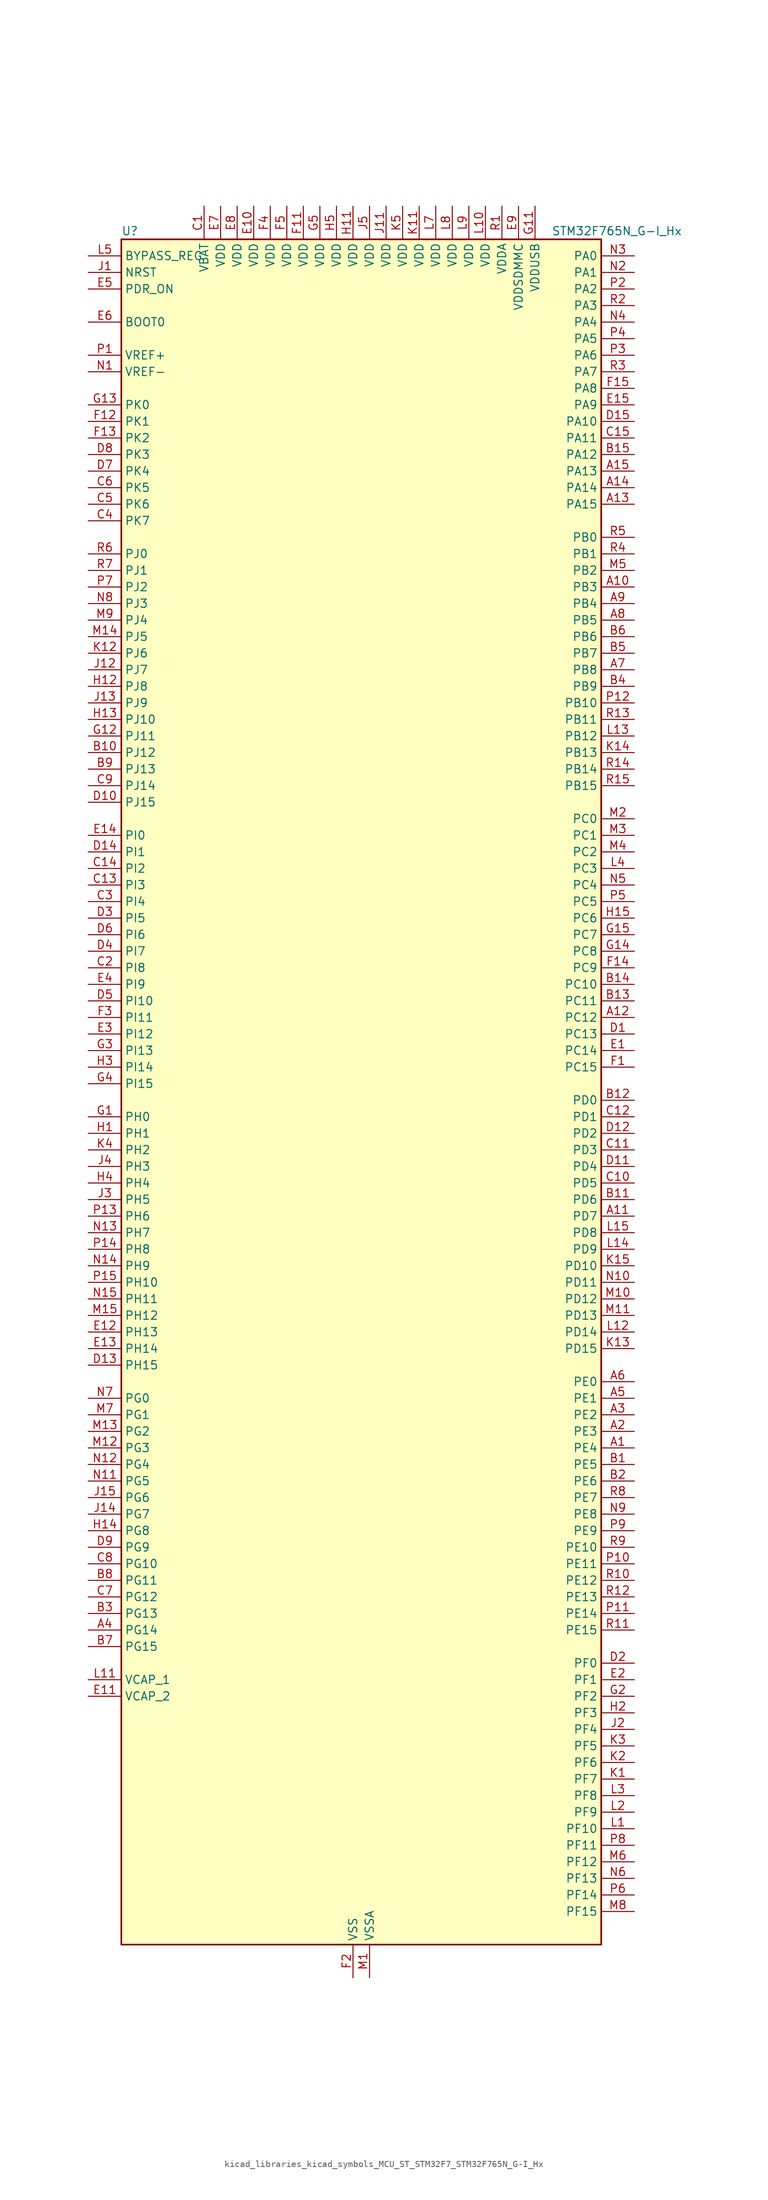
<source format=kicad_sym>
(kicad_symbol_lib
  (version 20220914)
  (generator kicad_symbol_editor)
  (symbol "kicad_libraries_kicad_symbols_MCU_ST_STM32F7_STM32F765N_G-I_Hx"
    (property "Reference" "U"
      (at -35.56 133.35 0)
      (effects (font (size 1.27 1.27)) (justify left)))
    (property "Value" "STM32F765N_G-I_Hx"
      (at 30.48 133.35 0)
      (effects (font (size 1.27 1.27)) (justify left)))
    (property "ki_locked" ""
      (at 0 0 0)
      (effects (font (size 1.27 1.27))))
    (symbol "kicad_libraries_kicad_symbols_MCU_ST_STM32F7_STM32F765N_G-I_Hx_0_1"
      (rectangle (start -35.56 -129.54) (end 38.1 132.08) (stroke (width 0.254) (type default)) (fill (type background))))
    (symbol "kicad_libraries_kicad_symbols_MCU_ST_STM32F7_STM32F765N_G-I_Hx_1_1"
      (pin bidirectional line (at 43.18 -53.34 180) (length 5.08) (name "PE4" (effects (font (size 1.27 1.27)))) (number "A1" (effects (font (size 1.27 1.27)))) (alternate "DCMI_D4" bidirectional line) (alternate "DFSDM1_DATIN3" bidirectional line) (alternate "FMC_A20" bidirectional line) (alternate "SAI1_FS_A" bidirectional line) (alternate "SPI4_NSS" bidirectional line) (alternate "SYS_TRACED1" bidirectional line))
      (pin bidirectional line (at 43.18 78.74 180) (length 5.08) (name "PB3" (effects (font (size 1.27 1.27)))) (number "A10" (effects (font (size 1.27 1.27)))) (alternate "CAN3_RX" bidirectional line) (alternate "I2S1_CK" bidirectional line) (alternate "I2S3_CK" bidirectional line) (alternate "SDMMC2_D2" bidirectional line) (alternate "SPI1_SCK" bidirectional line) (alternate "SPI3_SCK" bidirectional line) (alternate "SPI6_SCK" bidirectional line) (alternate "SYS_JTDO-SWO" bidirectional line) (alternate "TIM2_CH2" bidirectional line) (alternate "UART7_RX" bidirectional line))
      (pin bidirectional line (at 43.18 -17.78 180) (length 5.08) (name "PD7" (effects (font (size 1.27 1.27)))) (number "A11" (effects (font (size 1.27 1.27)))) (alternate "DFSDM1_CKIN1" bidirectional line) (alternate "DFSDM1_DATIN4" bidirectional line) (alternate "FMC_NE1" bidirectional line) (alternate "I2S1_SD" bidirectional line) (alternate "SDMMC2_CMD" bidirectional line) (alternate "SPDIFRX_IN0" bidirectional line) (alternate "SPI1_MOSI" bidirectional line) (alternate "USART2_CK" bidirectional line))
      (pin bidirectional line (at 43.18 12.7 180) (length 5.08) (name "PC12" (effects (font (size 1.27 1.27)))) (number "A12" (effects (font (size 1.27 1.27)))) (alternate "DCMI_D9" bidirectional line) (alternate "I2S3_SD" bidirectional line) (alternate "SDMMC1_CK" bidirectional line) (alternate "SPI3_MOSI" bidirectional line) (alternate "SYS_TRACED3" bidirectional line) (alternate "UART5_TX" bidirectional line) (alternate "USART3_CK" bidirectional line))
      (pin bidirectional line (at 43.18 91.44 180) (length 5.08) (name "PA15" (effects (font (size 1.27 1.27)))) (number "A13" (effects (font (size 1.27 1.27)))) (alternate "CAN3_TX" bidirectional line) (alternate "CEC" bidirectional line) (alternate "I2S1_WS" bidirectional line) (alternate "I2S3_WS" bidirectional line) (alternate "SPI1_NSS" bidirectional line) (alternate "SPI3_NSS" bidirectional line) (alternate "SPI6_NSS" bidirectional line) (alternate "SYS_JTDI" bidirectional line) (alternate "TIM2_CH1" bidirectional line) (alternate "TIM2_ETR" bidirectional line) (alternate "UART4_DE" bidirectional line) (alternate "UART4_RTS" bidirectional line) (alternate "UART7_TX" bidirectional line))
      (pin bidirectional line (at 43.18 93.98 180) (length 5.08) (name "PA14" (effects (font (size 1.27 1.27)))) (number "A14" (effects (font (size 1.27 1.27)))) (alternate "SYS_JTCK-SWCLK" bidirectional line))
      (pin bidirectional line (at 43.18 96.52 180) (length 5.08) (name "PA13" (effects (font (size 1.27 1.27)))) (number "A15" (effects (font (size 1.27 1.27)))) (alternate "SYS_JTMS-SWDIO" bidirectional line))
      (pin bidirectional line (at 43.18 -50.8 180) (length 5.08) (name "PE3" (effects (font (size 1.27 1.27)))) (number "A2" (effects (font (size 1.27 1.27)))) (alternate "FMC_A19" bidirectional line) (alternate "SAI1_SD_B" bidirectional line) (alternate "SYS_TRACED0" bidirectional line))
      (pin bidirectional line (at 43.18 -48.26 180) (length 5.08) (name "PE2" (effects (font (size 1.27 1.27)))) (number "A3" (effects (font (size 1.27 1.27)))) (alternate "ETH_TXD3" bidirectional line) (alternate "FMC_A23" bidirectional line) (alternate "QUADSPI_BK1_IO2" bidirectional line) (alternate "SAI1_MCLK_A" bidirectional line) (alternate "SPI4_SCK" bidirectional line) (alternate "SYS_TRACECLK" bidirectional line))
      (pin bidirectional line (at -40.64 -81.28 0) (length 5.08) (name "PG14" (effects (font (size 1.27 1.27)))) (number "A4" (effects (font (size 1.27 1.27)))) (alternate "ETH_TXD1" bidirectional line) (alternate "FMC_A25" bidirectional line) (alternate "LPTIM1_ETR" bidirectional line) (alternate "QUADSPI_BK2_IO3" bidirectional line) (alternate "SPI6_MOSI" bidirectional line) (alternate "SYS_TRACED1" bidirectional line) (alternate "USART6_TX" bidirectional line))
      (pin bidirectional line (at 43.18 -45.72 180) (length 5.08) (name "PE1" (effects (font (size 1.27 1.27)))) (number "A5" (effects (font (size 1.27 1.27)))) (alternate "DCMI_D3" bidirectional line) (alternate "FMC_NBL1" bidirectional line) (alternate "LPTIM1_IN2" bidirectional line) (alternate "UART8_TX" bidirectional line))
      (pin bidirectional line (at 43.18 -43.18 180) (length 5.08) (name "PE0" (effects (font (size 1.27 1.27)))) (number "A6" (effects (font (size 1.27 1.27)))) (alternate "DCMI_D2" bidirectional line) (alternate "FMC_NBL0" bidirectional line) (alternate "LPTIM1_ETR" bidirectional line) (alternate "SAI2_MCLK_A" bidirectional line) (alternate "TIM4_ETR" bidirectional line) (alternate "UART8_RX" bidirectional line))
      (pin bidirectional line (at 43.18 66.04 180) (length 5.08) (name "PB8" (effects (font (size 1.27 1.27)))) (number "A7" (effects (font (size 1.27 1.27)))) (alternate "CAN1_RX" bidirectional line) (alternate "DCMI_D6" bidirectional line) (alternate "DFSDM1_CKIN7" bidirectional line) (alternate "ETH_TXD3" bidirectional line) (alternate "I2C1_SCL" bidirectional line) (alternate "I2C4_SCL" bidirectional line) (alternate "SDMMC1_D4" bidirectional line) (alternate "SDMMC2_D4" bidirectional line) (alternate "TIM10_CH1" bidirectional line) (alternate "TIM4_CH3" bidirectional line) (alternate "UART5_RX" bidirectional line))
      (pin bidirectional line (at 43.18 73.66 180) (length 5.08) (name "PB5" (effects (font (size 1.27 1.27)))) (number "A8" (effects (font (size 1.27 1.27)))) (alternate "CAN2_RX" bidirectional line) (alternate "DCMI_D10" bidirectional line) (alternate "ETH_PPS_OUT" bidirectional line) (alternate "FMC_SDCKE1" bidirectional line) (alternate "I2C1_SMBA" bidirectional line) (alternate "I2S1_SD" bidirectional line) (alternate "I2S3_SD" bidirectional line) (alternate "SPI1_MOSI" bidirectional line) (alternate "SPI3_MOSI" bidirectional line) (alternate "SPI6_MOSI" bidirectional line) (alternate "TIM3_CH2" bidirectional line) (alternate "UART5_RX" bidirectional line) (alternate "USB_OTG_HS_ULPI_D7" bidirectional line))
      (pin bidirectional line (at 43.18 76.2 180) (length 5.08) (name "PB4" (effects (font (size 1.27 1.27)))) (number "A9" (effects (font (size 1.27 1.27)))) (alternate "CAN3_TX" bidirectional line) (alternate "I2S2_WS" bidirectional line) (alternate "SDMMC2_D3" bidirectional line) (alternate "SPI1_MISO" bidirectional line) (alternate "SPI2_NSS" bidirectional line) (alternate "SPI3_MISO" bidirectional line) (alternate "SPI6_MISO" bidirectional line) (alternate "SYS_JTRST" bidirectional line) (alternate "TIM3_CH1" bidirectional line) (alternate "UART7_TX" bidirectional line))
      (pin bidirectional line (at 43.18 -55.88 180) (length 5.08) (name "PE5" (effects (font (size 1.27 1.27)))) (number "B1" (effects (font (size 1.27 1.27)))) (alternate "DCMI_D6" bidirectional line) (alternate "DFSDM1_CKIN3" bidirectional line) (alternate "FMC_A21" bidirectional line) (alternate "SAI1_SCK_A" bidirectional line) (alternate "SPI4_MISO" bidirectional line) (alternate "SYS_TRACED2" bidirectional line) (alternate "TIM9_CH1" bidirectional line))
      (pin bidirectional line (at -40.64 53.34 0) (length 5.08) (name "PJ12" (effects (font (size 1.27 1.27)))) (number "B10" (effects (font (size 1.27 1.27)))))
      (pin bidirectional line (at 43.18 -15.24 180) (length 5.08) (name "PD6" (effects (font (size 1.27 1.27)))) (number "B11" (effects (font (size 1.27 1.27)))) (alternate "DCMI_D10" bidirectional line) (alternate "DFSDM1_CKIN4" bidirectional line) (alternate "DFSDM1_DATIN1" bidirectional line) (alternate "FMC_NWAIT" bidirectional line) (alternate "I2S3_SD" bidirectional line) (alternate "SAI1_SD_A" bidirectional line) (alternate "SDMMC2_CK" bidirectional line) (alternate "SPI3_MOSI" bidirectional line) (alternate "USART2_RX" bidirectional line))
      (pin bidirectional line (at 43.18 0 180) (length 5.08) (name "PD0" (effects (font (size 1.27 1.27)))) (number "B12" (effects (font (size 1.27 1.27)))) (alternate "CAN1_RX" bidirectional line) (alternate "DFSDM1_CKIN6" bidirectional line) (alternate "DFSDM1_DATIN7" bidirectional line) (alternate "FMC_D2" bidirectional line) (alternate "FMC_DA2" bidirectional line) (alternate "UART4_RX" bidirectional line))
      (pin bidirectional line (at 43.18 15.24 180) (length 5.08) (name "PC11" (effects (font (size 1.27 1.27)))) (number "B13" (effects (font (size 1.27 1.27)))) (alternate "ADC1_EXTI11" bidirectional line) (alternate "ADC2_EXTI11" bidirectional line) (alternate "ADC3_EXTI11" bidirectional line) (alternate "DCMI_D4" bidirectional line) (alternate "DFSDM1_DATIN5" bidirectional line) (alternate "QUADSPI_BK2_NCS" bidirectional line) (alternate "SDMMC1_D3" bidirectional line) (alternate "SPI3_MISO" bidirectional line) (alternate "UART4_RX" bidirectional line) (alternate "USART3_RX" bidirectional line))
      (pin bidirectional line (at 43.18 17.78 180) (length 5.08) (name "PC10" (effects (font (size 1.27 1.27)))) (number "B14" (effects (font (size 1.27 1.27)))) (alternate "DCMI_D8" bidirectional line) (alternate "DFSDM1_CKIN5" bidirectional line) (alternate "I2S3_CK" bidirectional line) (alternate "QUADSPI_BK1_IO1" bidirectional line) (alternate "SDMMC1_D2" bidirectional line) (alternate "SPI3_SCK" bidirectional line) (alternate "UART4_TX" bidirectional line) (alternate "USART3_TX" bidirectional line))
      (pin bidirectional line (at 43.18 99.06 180) (length 5.08) (name "PA12" (effects (font (size 1.27 1.27)))) (number "B15" (effects (font (size 1.27 1.27)))) (alternate "CAN1_TX" bidirectional line) (alternate "I2S2_CK" bidirectional line) (alternate "SAI2_FS_B" bidirectional line) (alternate "SPI2_SCK" bidirectional line) (alternate "TIM1_ETR" bidirectional line) (alternate "UART4_TX" bidirectional line) (alternate "USART1_DE" bidirectional line) (alternate "USART1_RTS" bidirectional line) (alternate "USB_OTG_FS_DP" bidirectional line))
      (pin bidirectional line (at 43.18 -58.42 180) (length 5.08) (name "PE6" (effects (font (size 1.27 1.27)))) (number "B2" (effects (font (size 1.27 1.27)))) (alternate "DCMI_D7" bidirectional line) (alternate "FMC_A22" bidirectional line) (alternate "SAI1_SD_A" bidirectional line) (alternate "SAI2_MCLK_B" bidirectional line) (alternate "SPI4_MOSI" bidirectional line) (alternate "SYS_TRACED3" bidirectional line) (alternate "TIM1_BKIN2" bidirectional line) (alternate "TIM9_CH2" bidirectional line))
      (pin bidirectional line (at -40.64 -78.74 0) (length 5.08) (name "PG13" (effects (font (size 1.27 1.27)))) (number "B3" (effects (font (size 1.27 1.27)))) (alternate "ETH_TXD0" bidirectional line) (alternate "FMC_A24" bidirectional line) (alternate "LPTIM1_OUT" bidirectional line) (alternate "SPI6_SCK" bidirectional line) (alternate "SYS_TRACED0" bidirectional line) (alternate "USART6_CTS" bidirectional line))
      (pin bidirectional line (at 43.18 63.5 180) (length 5.08) (name "PB9" (effects (font (size 1.27 1.27)))) (number "B4" (effects (font (size 1.27 1.27)))) (alternate "CAN1_TX" bidirectional line) (alternate "DAC_EXTI9" bidirectional line) (alternate "DCMI_D7" bidirectional line) (alternate "DFSDM1_DATIN7" bidirectional line) (alternate "I2C1_SDA" bidirectional line) (alternate "I2C4_SDA" bidirectional line) (alternate "I2C4_SMBA" bidirectional line) (alternate "I2S2_WS" bidirectional line) (alternate "SDMMC1_D5" bidirectional line) (alternate "SDMMC2_D5" bidirectional line) (alternate "SPI2_NSS" bidirectional line) (alternate "TIM11_CH1" bidirectional line) (alternate "TIM4_CH4" bidirectional line) (alternate "UART5_TX" bidirectional line))
      (pin bidirectional line (at 43.18 68.58 180) (length 5.08) (name "PB7" (effects (font (size 1.27 1.27)))) (number "B5" (effects (font (size 1.27 1.27)))) (alternate "DCMI_VSYNC" bidirectional line) (alternate "DFSDM1_CKIN5" bidirectional line) (alternate "FMC_NL" bidirectional line) (alternate "I2C1_SDA" bidirectional line) (alternate "I2C4_SDA" bidirectional line) (alternate "TIM4_CH2" bidirectional line) (alternate "USART1_RX" bidirectional line))
      (pin bidirectional line (at 43.18 71.12 180) (length 5.08) (name "PB6" (effects (font (size 1.27 1.27)))) (number "B6" (effects (font (size 1.27 1.27)))) (alternate "CAN2_TX" bidirectional line) (alternate "CEC" bidirectional line) (alternate "DCMI_D5" bidirectional line) (alternate "DFSDM1_DATIN5" bidirectional line) (alternate "FMC_SDNE1" bidirectional line) (alternate "I2C1_SCL" bidirectional line) (alternate "I2C4_SCL" bidirectional line) (alternate "QUADSPI_BK1_NCS" bidirectional line) (alternate "TIM4_CH1" bidirectional line) (alternate "UART5_TX" bidirectional line) (alternate "USART1_TX" bidirectional line))
      (pin bidirectional line (at -40.64 -83.82 0) (length 5.08) (name "PG15" (effects (font (size 1.27 1.27)))) (number "B7" (effects (font (size 1.27 1.27)))) (alternate "DCMI_D13" bidirectional line) (alternate "FMC_SDNCAS" bidirectional line) (alternate "USART6_CTS" bidirectional line))
      (pin bidirectional line (at -40.64 -73.66 0) (length 5.08) (name "PG11" (effects (font (size 1.27 1.27)))) (number "B8" (effects (font (size 1.27 1.27)))) (alternate "ADC1_EXTI11" bidirectional line) (alternate "ADC2_EXTI11" bidirectional line) (alternate "ADC3_EXTI11" bidirectional line) (alternate "DCMI_D3" bidirectional line) (alternate "ETH_TX_EN" bidirectional line) (alternate "I2S1_CK" bidirectional line) (alternate "SDMMC2_D2" bidirectional line) (alternate "SPDIFRX_IN0" bidirectional line) (alternate "SPI1_SCK" bidirectional line))
      (pin bidirectional line (at -40.64 50.8 0) (length 5.08) (name "PJ13" (effects (font (size 1.27 1.27)))) (number "B9" (effects (font (size 1.27 1.27)))))
      (pin power_in line (at -22.86 137.16 270) (length 5.08) (name "VBAT" (effects (font (size 1.27 1.27)))) (number "C1" (effects (font (size 1.27 1.27)))))
      (pin bidirectional line (at 43.18 -12.7 180) (length 5.08) (name "PD5" (effects (font (size 1.27 1.27)))) (number "C10" (effects (font (size 1.27 1.27)))) (alternate "FMC_NWE" bidirectional line) (alternate "USART2_TX" bidirectional line))
      (pin bidirectional line (at 43.18 -7.62 180) (length 5.08) (name "PD3" (effects (font (size 1.27 1.27)))) (number "C11" (effects (font (size 1.27 1.27)))) (alternate "DCMI_D5" bidirectional line) (alternate "DFSDM1_CKOUT" bidirectional line) (alternate "DFSDM1_DATIN0" bidirectional line) (alternate "FMC_CLK" bidirectional line) (alternate "I2S2_CK" bidirectional line) (alternate "SPI2_SCK" bidirectional line) (alternate "USART2_CTS" bidirectional line))
      (pin bidirectional line (at 43.18 -2.54 180) (length 5.08) (name "PD1" (effects (font (size 1.27 1.27)))) (number "C12" (effects (font (size 1.27 1.27)))) (alternate "CAN1_TX" bidirectional line) (alternate "DFSDM1_CKIN7" bidirectional line) (alternate "DFSDM1_DATIN6" bidirectional line) (alternate "FMC_D3" bidirectional line) (alternate "FMC_DA3" bidirectional line) (alternate "UART4_TX" bidirectional line))
      (pin bidirectional line (at -40.64 33.02 0) (length 5.08) (name "PI3" (effects (font (size 1.27 1.27)))) (number "C13" (effects (font (size 1.27 1.27)))) (alternate "DCMI_D10" bidirectional line) (alternate "FMC_D27" bidirectional line) (alternate "I2S2_SD" bidirectional line) (alternate "SPI2_MOSI" bidirectional line) (alternate "TIM8_ETR" bidirectional line))
      (pin bidirectional line (at -40.64 35.56 0) (length 5.08) (name "PI2" (effects (font (size 1.27 1.27)))) (number "C14" (effects (font (size 1.27 1.27)))) (alternate "DCMI_D9" bidirectional line) (alternate "FMC_D26" bidirectional line) (alternate "SPI2_MISO" bidirectional line) (alternate "TIM8_CH4" bidirectional line))
      (pin bidirectional line (at 43.18 101.6 180) (length 5.08) (name "PA11" (effects (font (size 1.27 1.27)))) (number "C15" (effects (font (size 1.27 1.27)))) (alternate "ADC1_EXTI11" bidirectional line) (alternate "ADC2_EXTI11" bidirectional line) (alternate "ADC3_EXTI11" bidirectional line) (alternate "CAN1_RX" bidirectional line) (alternate "I2S2_WS" bidirectional line) (alternate "SPI2_NSS" bidirectional line) (alternate "TIM1_CH4" bidirectional line) (alternate "UART4_RX" bidirectional line) (alternate "USART1_CTS" bidirectional line) (alternate "USB_OTG_FS_DM" bidirectional line))
      (pin bidirectional line (at -40.64 20.32 0) (length 5.08) (name "PI8" (effects (font (size 1.27 1.27)))) (number "C2" (effects (font (size 1.27 1.27)))) (alternate "RTC_TAMP2" bidirectional line) (alternate "RTC_TS" bidirectional line) (alternate "SYS_WKUP5" bidirectional line))
      (pin bidirectional line (at -40.64 30.48 0) (length 5.08) (name "PI4" (effects (font (size 1.27 1.27)))) (number "C3" (effects (font (size 1.27 1.27)))) (alternate "DCMI_D5" bidirectional line) (alternate "FMC_NBL2" bidirectional line) (alternate "SAI2_MCLK_A" bidirectional line) (alternate "TIM8_BKIN" bidirectional line))
      (pin bidirectional line (at -40.64 88.9 0) (length 5.08) (name "PK7" (effects (font (size 1.27 1.27)))) (number "C4" (effects (font (size 1.27 1.27)))))
      (pin bidirectional line (at -40.64 91.44 0) (length 5.08) (name "PK6" (effects (font (size 1.27 1.27)))) (number "C5" (effects (font (size 1.27 1.27)))))
      (pin bidirectional line (at -40.64 93.98 0) (length 5.08) (name "PK5" (effects (font (size 1.27 1.27)))) (number "C6" (effects (font (size 1.27 1.27)))))
      (pin bidirectional line (at -40.64 -76.2 0) (length 5.08) (name "PG12" (effects (font (size 1.27 1.27)))) (number "C7" (effects (font (size 1.27 1.27)))) (alternate "FMC_NE4" bidirectional line) (alternate "LPTIM1_IN1" bidirectional line) (alternate "SDMMC2_D3" bidirectional line) (alternate "SPDIFRX_IN1" bidirectional line) (alternate "SPI6_MISO" bidirectional line) (alternate "USART6_DE" bidirectional line) (alternate "USART6_RTS" bidirectional line))
      (pin bidirectional line (at -40.64 -71.12 0) (length 5.08) (name "PG10" (effects (font (size 1.27 1.27)))) (number "C8" (effects (font (size 1.27 1.27)))) (alternate "DCMI_D2" bidirectional line) (alternate "FMC_NE3" bidirectional line) (alternate "I2S1_WS" bidirectional line) (alternate "SAI2_SD_B" bidirectional line) (alternate "SDMMC2_D1" bidirectional line) (alternate "SPI1_NSS" bidirectional line))
      (pin bidirectional line (at -40.64 48.26 0) (length 5.08) (name "PJ14" (effects (font (size 1.27 1.27)))) (number "C9" (effects (font (size 1.27 1.27)))))
      (pin bidirectional line (at 43.18 10.16 180) (length 5.08) (name "PC13" (effects (font (size 1.27 1.27)))) (number "D1" (effects (font (size 1.27 1.27)))) (alternate "RTC_OUT" bidirectional line) (alternate "RTC_TAMP1" bidirectional line) (alternate "RTC_TS" bidirectional line) (alternate "SYS_WKUP4" bidirectional line))
      (pin bidirectional line (at -40.64 45.72 0) (length 5.08) (name "PJ15" (effects (font (size 1.27 1.27)))) (number "D10" (effects (font (size 1.27 1.27)))))
      (pin bidirectional line (at 43.18 -10.16 180) (length 5.08) (name "PD4" (effects (font (size 1.27 1.27)))) (number "D11" (effects (font (size 1.27 1.27)))) (alternate "DFSDM1_CKIN0" bidirectional line) (alternate "FMC_NOE" bidirectional line) (alternate "USART2_DE" bidirectional line) (alternate "USART2_RTS" bidirectional line))
      (pin bidirectional line (at 43.18 -5.08 180) (length 5.08) (name "PD2" (effects (font (size 1.27 1.27)))) (number "D12" (effects (font (size 1.27 1.27)))) (alternate "DCMI_D11" bidirectional line) (alternate "SDMMC1_CMD" bidirectional line) (alternate "SYS_TRACED2" bidirectional line) (alternate "TIM3_ETR" bidirectional line) (alternate "UART5_RX" bidirectional line))
      (pin bidirectional line (at -40.64 -40.64 0) (length 5.08) (name "PH15" (effects (font (size 1.27 1.27)))) (number "D13" (effects (font (size 1.27 1.27)))) (alternate "DCMI_D11" bidirectional line) (alternate "FMC_D23" bidirectional line) (alternate "TIM8_CH3N" bidirectional line))
      (pin bidirectional line (at -40.64 38.1 0) (length 5.08) (name "PI1" (effects (font (size 1.27 1.27)))) (number "D14" (effects (font (size 1.27 1.27)))) (alternate "DCMI_D8" bidirectional line) (alternate "FMC_D25" bidirectional line) (alternate "I2S2_CK" bidirectional line) (alternate "SPI2_SCK" bidirectional line) (alternate "TIM8_BKIN2" bidirectional line))
      (pin bidirectional line (at 43.18 104.14 180) (length 5.08) (name "PA10" (effects (font (size 1.27 1.27)))) (number "D15" (effects (font (size 1.27 1.27)))) (alternate "DCMI_D1" bidirectional line) (alternate "MDIOS_MDIO" bidirectional line) (alternate "TIM1_CH3" bidirectional line) (alternate "USART1_RX" bidirectional line) (alternate "USB_OTG_FS_ID" bidirectional line))
      (pin bidirectional line (at 43.18 -86.36 180) (length 5.08) (name "PF0" (effects (font (size 1.27 1.27)))) (number "D2" (effects (font (size 1.27 1.27)))) (alternate "FMC_A0" bidirectional line) (alternate "I2C2_SDA" bidirectional line))
      (pin bidirectional line (at -40.64 27.94 0) (length 5.08) (name "PI5" (effects (font (size 1.27 1.27)))) (number "D3" (effects (font (size 1.27 1.27)))) (alternate "DCMI_VSYNC" bidirectional line) (alternate "FMC_NBL3" bidirectional line) (alternate "SAI2_SCK_A" bidirectional line) (alternate "TIM8_CH1" bidirectional line))
      (pin bidirectional line (at -40.64 22.86 0) (length 5.08) (name "PI7" (effects (font (size 1.27 1.27)))) (number "D4" (effects (font (size 1.27 1.27)))) (alternate "DCMI_D7" bidirectional line) (alternate "FMC_D29" bidirectional line) (alternate "SAI2_FS_A" bidirectional line) (alternate "TIM8_CH3" bidirectional line))
      (pin bidirectional line (at -40.64 15.24 0) (length 5.08) (name "PI10" (effects (font (size 1.27 1.27)))) (number "D5" (effects (font (size 1.27 1.27)))) (alternate "ETH_RX_ER" bidirectional line) (alternate "FMC_D31" bidirectional line))
      (pin bidirectional line (at -40.64 25.4 0) (length 5.08) (name "PI6" (effects (font (size 1.27 1.27)))) (number "D6" (effects (font (size 1.27 1.27)))) (alternate "DCMI_D6" bidirectional line) (alternate "FMC_D28" bidirectional line) (alternate "SAI2_SD_A" bidirectional line) (alternate "TIM8_CH2" bidirectional line))
      (pin bidirectional line (at -40.64 96.52 0) (length 5.08) (name "PK4" (effects (font (size 1.27 1.27)))) (number "D7" (effects (font (size 1.27 1.27)))))
      (pin bidirectional line (at -40.64 99.06 0) (length 5.08) (name "PK3" (effects (font (size 1.27 1.27)))) (number "D8" (effects (font (size 1.27 1.27)))))
      (pin bidirectional line (at -40.64 -68.58 0) (length 5.08) (name "PG9" (effects (font (size 1.27 1.27)))) (number "D9" (effects (font (size 1.27 1.27)))) (alternate "DAC_EXTI9" bidirectional line) (alternate "DCMI_VSYNC" bidirectional line) (alternate "FMC_NCE" bidirectional line) (alternate "FMC_NE2" bidirectional line) (alternate "QUADSPI_BK2_IO2" bidirectional line) (alternate "SAI2_FS_B" bidirectional line) (alternate "SDMMC2_D0" bidirectional line) (alternate "SPDIFRX_IN3" bidirectional line) (alternate "SPI1_MISO" bidirectional line) (alternate "USART6_RX" bidirectional line))
      (pin bidirectional line (at 43.18 7.62 180) (length 5.08) (name "PC14" (effects (font (size 1.27 1.27)))) (number "E1" (effects (font (size 1.27 1.27)))) (alternate "RCC_OSC32_IN" bidirectional line))
      (pin power_in line (at -15.24 137.16 270) (length 5.08) (name "VDD" (effects (font (size 1.27 1.27)))) (number "E10" (effects (font (size 1.27 1.27)))))
      (pin power_out line (at -40.64 -91.44 0) (length 5.08) (name "VCAP_2" (effects (font (size 1.27 1.27)))) (number "E11" (effects (font (size 1.27 1.27)))))
      (pin bidirectional line (at -40.64 -35.56 0) (length 5.08) (name "PH13" (effects (font (size 1.27 1.27)))) (number "E12" (effects (font (size 1.27 1.27)))) (alternate "CAN1_TX" bidirectional line) (alternate "FMC_D21" bidirectional line) (alternate "TIM8_CH1N" bidirectional line) (alternate "UART4_TX" bidirectional line))
      (pin bidirectional line (at -40.64 -38.1 0) (length 5.08) (name "PH14" (effects (font (size 1.27 1.27)))) (number "E13" (effects (font (size 1.27 1.27)))) (alternate "CAN1_RX" bidirectional line) (alternate "DCMI_D4" bidirectional line) (alternate "FMC_D22" bidirectional line) (alternate "TIM8_CH2N" bidirectional line) (alternate "UART4_RX" bidirectional line))
      (pin bidirectional line (at -40.64 40.64 0) (length 5.08) (name "PI0" (effects (font (size 1.27 1.27)))) (number "E14" (effects (font (size 1.27 1.27)))) (alternate "DCMI_D13" bidirectional line) (alternate "FMC_D24" bidirectional line) (alternate "I2S2_WS" bidirectional line) (alternate "SPI2_NSS" bidirectional line) (alternate "TIM5_CH4" bidirectional line))
      (pin bidirectional line (at 43.18 106.68 180) (length 5.08) (name "PA9" (effects (font (size 1.27 1.27)))) (number "E15" (effects (font (size 1.27 1.27)))) (alternate "DAC_EXTI9" bidirectional line) (alternate "DCMI_D0" bidirectional line) (alternate "I2C3_SMBA" bidirectional line) (alternate "I2S2_CK" bidirectional line) (alternate "SPI2_SCK" bidirectional line) (alternate "TIM1_CH2" bidirectional line) (alternate "USART1_TX" bidirectional line) (alternate "USB_OTG_FS_VBUS" bidirectional line))
      (pin bidirectional line (at 43.18 -88.9 180) (length 5.08) (name "PF1" (effects (font (size 1.27 1.27)))) (number "E2" (effects (font (size 1.27 1.27)))) (alternate "FMC_A1" bidirectional line) (alternate "I2C2_SCL" bidirectional line))
      (pin bidirectional line (at -40.64 10.16 0) (length 5.08) (name "PI12" (effects (font (size 1.27 1.27)))) (number "E3" (effects (font (size 1.27 1.27)))))
      (pin bidirectional line (at -40.64 17.78 0) (length 5.08) (name "PI9" (effects (font (size 1.27 1.27)))) (number "E4" (effects (font (size 1.27 1.27)))) (alternate "CAN1_RX" bidirectional line) (alternate "DAC_EXTI9" bidirectional line) (alternate "FMC_D30" bidirectional line) (alternate "UART4_RX" bidirectional line))
      (pin input line (at -40.64 124.46 0) (length 5.08) (name "PDR_ON" (effects (font (size 1.27 1.27)))) (number "E5" (effects (font (size 1.27 1.27)))))
      (pin input line (at -40.64 119.38 0) (length 5.08) (name "BOOT0" (effects (font (size 1.27 1.27)))) (number "E6" (effects (font (size 1.27 1.27)))))
      (pin power_in line (at -20.32 137.16 270) (length 5.08) (name "VDD" (effects (font (size 1.27 1.27)))) (number "E7" (effects (font (size 1.27 1.27)))))
      (pin power_in line (at -17.78 137.16 270) (length 5.08) (name "VDD" (effects (font (size 1.27 1.27)))) (number "E8" (effects (font (size 1.27 1.27)))))
      (pin power_in line (at 25.4 137.16 270) (length 5.08) (name "VDDSDMMC" (effects (font (size 1.27 1.27)))) (number "E9" (effects (font (size 1.27 1.27)))))
      (pin bidirectional line (at 43.18 5.08 180) (length 5.08) (name "PC15" (effects (font (size 1.27 1.27)))) (number "F1" (effects (font (size 1.27 1.27)))) (alternate "RCC_OSC32_OUT" bidirectional line))
      (pin passive line (at 0 -134.62 90) (length 5.08) hide (name "VSS" (effects (font (size 1.27 1.27)))) (number "F10" (effects (font (size 1.27 1.27)))))
      (pin power_in line (at -7.62 137.16 270) (length 5.08) (name "VDD" (effects (font (size 1.27 1.27)))) (number "F11" (effects (font (size 1.27 1.27)))))
      (pin bidirectional line (at -40.64 104.14 0) (length 5.08) (name "PK1" (effects (font (size 1.27 1.27)))) (number "F12" (effects (font (size 1.27 1.27)))))
      (pin bidirectional line (at -40.64 101.6 0) (length 5.08) (name "PK2" (effects (font (size 1.27 1.27)))) (number "F13" (effects (font (size 1.27 1.27)))))
      (pin bidirectional line (at 43.18 20.32 180) (length 5.08) (name "PC9" (effects (font (size 1.27 1.27)))) (number "F14" (effects (font (size 1.27 1.27)))) (alternate "DAC_EXTI9" bidirectional line) (alternate "DCMI_D3" bidirectional line) (alternate "I2C3_SDA" bidirectional line) (alternate "I2S_CKIN" bidirectional line) (alternate "QUADSPI_BK1_IO0" bidirectional line) (alternate "RCC_MCO_2" bidirectional line) (alternate "SDMMC1_D1" bidirectional line) (alternate "TIM3_CH4" bidirectional line) (alternate "TIM8_CH4" bidirectional line) (alternate "UART5_CTS" bidirectional line))
      (pin bidirectional line (at 43.18 109.22 180) (length 5.08) (name "PA8" (effects (font (size 1.27 1.27)))) (number "F15" (effects (font (size 1.27 1.27)))) (alternate "CAN3_RX" bidirectional line) (alternate "I2C3_SCL" bidirectional line) (alternate "RCC_MCO_1" bidirectional line) (alternate "TIM1_CH1" bidirectional line) (alternate "TIM8_BKIN2" bidirectional line) (alternate "UART7_RX" bidirectional line) (alternate "USART1_CK" bidirectional line) (alternate "USB_OTG_FS_SOF" bidirectional line))
      (pin power_in line (at 0 -134.62 90) (length 5.08) (name "VSS" (effects (font (size 1.27 1.27)))) (number "F2" (effects (font (size 1.27 1.27)))))
      (pin bidirectional line (at -40.64 12.7 0) (length 5.08) (name "PI11" (effects (font (size 1.27 1.27)))) (number "F3" (effects (font (size 1.27 1.27)))) (alternate "ADC1_EXTI11" bidirectional line) (alternate "ADC2_EXTI11" bidirectional line) (alternate "ADC3_EXTI11" bidirectional line) (alternate "SYS_WKUP6" bidirectional line) (alternate "USB_OTG_HS_ULPI_DIR" bidirectional line))
      (pin power_in line (at -12.7 137.16 270) (length 5.08) (name "VDD" (effects (font (size 1.27 1.27)))) (number "F4" (effects (font (size 1.27 1.27)))))
      (pin power_in line (at -10.16 137.16 270) (length 5.08) (name "VDD" (effects (font (size 1.27 1.27)))) (number "F5" (effects (font (size 1.27 1.27)))))
      (pin passive line (at 0 -134.62 90) (length 5.08) hide (name "VSS" (effects (font (size 1.27 1.27)))) (number "F6" (effects (font (size 1.27 1.27)))))
      (pin passive line (at 0 -134.62 90) (length 5.08) hide (name "VSS" (effects (font (size 1.27 1.27)))) (number "F7" (effects (font (size 1.27 1.27)))))
      (pin passive line (at 0 -134.62 90) (length 5.08) hide (name "VSS" (effects (font (size 1.27 1.27)))) (number "F8" (effects (font (size 1.27 1.27)))))
      (pin passive line (at 0 -134.62 90) (length 5.08) hide (name "VSS" (effects (font (size 1.27 1.27)))) (number "F9" (effects (font (size 1.27 1.27)))))
      (pin bidirectional line (at -40.64 -2.54 0) (length 5.08) (name "PH0" (effects (font (size 1.27 1.27)))) (number "G1" (effects (font (size 1.27 1.27)))) (alternate "RCC_OSC_IN" bidirectional line))
      (pin passive line (at 0 -134.62 90) (length 5.08) hide (name "VSS" (effects (font (size 1.27 1.27)))) (number "G10" (effects (font (size 1.27 1.27)))))
      (pin power_in line (at 27.94 137.16 270) (length 5.08) (name "VDDUSB" (effects (font (size 1.27 1.27)))) (number "G11" (effects (font (size 1.27 1.27)))))
      (pin bidirectional line (at -40.64 55.88 0) (length 5.08) (name "PJ11" (effects (font (size 1.27 1.27)))) (number "G12" (effects (font (size 1.27 1.27)))) (alternate "ADC1_EXTI11" bidirectional line) (alternate "ADC2_EXTI11" bidirectional line) (alternate "ADC3_EXTI11" bidirectional line))
      (pin bidirectional line (at -40.64 106.68 0) (length 5.08) (name "PK0" (effects (font (size 1.27 1.27)))) (number "G13" (effects (font (size 1.27 1.27)))))
      (pin bidirectional line (at 43.18 22.86 180) (length 5.08) (name "PC8" (effects (font (size 1.27 1.27)))) (number "G14" (effects (font (size 1.27 1.27)))) (alternate "DCMI_D2" bidirectional line) (alternate "FMC_NCE" bidirectional line) (alternate "FMC_NE2" bidirectional line) (alternate "SDMMC1_D0" bidirectional line) (alternate "SYS_TRACED1" bidirectional line) (alternate "TIM3_CH3" bidirectional line) (alternate "TIM8_CH3" bidirectional line) (alternate "UART5_DE" bidirectional line) (alternate "UART5_RTS" bidirectional line) (alternate "USART6_CK" bidirectional line))
      (pin bidirectional line (at 43.18 25.4 180) (length 5.08) (name "PC7" (effects (font (size 1.27 1.27)))) (number "G15" (effects (font (size 1.27 1.27)))) (alternate "DCMI_D1" bidirectional line) (alternate "DFSDM1_DATIN3" bidirectional line) (alternate "FMC_NE1" bidirectional line) (alternate "I2S3_MCK" bidirectional line) (alternate "SDMMC1_D7" bidirectional line) (alternate "SDMMC2_D7" bidirectional line) (alternate "TIM3_CH2" bidirectional line) (alternate "TIM8_CH2" bidirectional line) (alternate "USART6_RX" bidirectional line))
      (pin bidirectional line (at 43.18 -91.44 180) (length 5.08) (name "PF2" (effects (font (size 1.27 1.27)))) (number "G2" (effects (font (size 1.27 1.27)))) (alternate "FMC_A2" bidirectional line) (alternate "I2C2_SMBA" bidirectional line))
      (pin bidirectional line (at -40.64 7.62 0) (length 5.08) (name "PI13" (effects (font (size 1.27 1.27)))) (number "G3" (effects (font (size 1.27 1.27)))))
      (pin bidirectional line (at -40.64 2.54 0) (length 5.08) (name "PI15" (effects (font (size 1.27 1.27)))) (number "G4" (effects (font (size 1.27 1.27)))))
      (pin power_in line (at -5.08 137.16 270) (length 5.08) (name "VDD" (effects (font (size 1.27 1.27)))) (number "G5" (effects (font (size 1.27 1.27)))))
      (pin passive line (at 0 -134.62 90) (length 5.08) hide (name "VSS" (effects (font (size 1.27 1.27)))) (number "G6" (effects (font (size 1.27 1.27)))))
      (pin bidirectional line (at -40.64 -5.08 0) (length 5.08) (name "PH1" (effects (font (size 1.27 1.27)))) (number "H1" (effects (font (size 1.27 1.27)))) (alternate "RCC_OSC_OUT" bidirectional line))
      (pin passive line (at 0 -134.62 90) (length 5.08) hide (name "VSS" (effects (font (size 1.27 1.27)))) (number "H10" (effects (font (size 1.27 1.27)))))
      (pin power_in line (at 0 137.16 270) (length 5.08) (name "VDD" (effects (font (size 1.27 1.27)))) (number "H11" (effects (font (size 1.27 1.27)))))
      (pin bidirectional line (at -40.64 63.5 0) (length 5.08) (name "PJ8" (effects (font (size 1.27 1.27)))) (number "H12" (effects (font (size 1.27 1.27)))))
      (pin bidirectional line (at -40.64 58.42 0) (length 5.08) (name "PJ10" (effects (font (size 1.27 1.27)))) (number "H13" (effects (font (size 1.27 1.27)))))
      (pin bidirectional line (at -40.64 -66.04 0) (length 5.08) (name "PG8" (effects (font (size 1.27 1.27)))) (number "H14" (effects (font (size 1.27 1.27)))) (alternate "ETH_PPS_OUT" bidirectional line) (alternate "FMC_SDCLK" bidirectional line) (alternate "SPDIFRX_IN2" bidirectional line) (alternate "SPI6_NSS" bidirectional line) (alternate "USART6_DE" bidirectional line) (alternate "USART6_RTS" bidirectional line))
      (pin bidirectional line (at 43.18 27.94 180) (length 5.08) (name "PC6" (effects (font (size 1.27 1.27)))) (number "H15" (effects (font (size 1.27 1.27)))) (alternate "DCMI_D0" bidirectional line) (alternate "DFSDM1_CKIN3" bidirectional line) (alternate "FMC_NWAIT" bidirectional line) (alternate "I2S2_MCK" bidirectional line) (alternate "SDMMC1_D6" bidirectional line) (alternate "SDMMC2_D6" bidirectional line) (alternate "TIM3_CH1" bidirectional line) (alternate "TIM8_CH1" bidirectional line) (alternate "USART6_TX" bidirectional line))
      (pin bidirectional line (at 43.18 -93.98 180) (length 5.08) (name "PF3" (effects (font (size 1.27 1.27)))) (number "H2" (effects (font (size 1.27 1.27)))) (alternate "ADC3_IN9" bidirectional line) (alternate "FMC_A3" bidirectional line))
      (pin bidirectional line (at -40.64 5.08 0) (length 5.08) (name "PI14" (effects (font (size 1.27 1.27)))) (number "H3" (effects (font (size 1.27 1.27)))))
      (pin bidirectional line (at -40.64 -12.7 0) (length 5.08) (name "PH4" (effects (font (size 1.27 1.27)))) (number "H4" (effects (font (size 1.27 1.27)))) (alternate "I2C2_SCL" bidirectional line) (alternate "USB_OTG_HS_ULPI_NXT" bidirectional line))
      (pin power_in line (at -2.54 137.16 270) (length 5.08) (name "VDD" (effects (font (size 1.27 1.27)))) (number "H5" (effects (font (size 1.27 1.27)))))
      (pin passive line (at 0 -134.62 90) (length 5.08) hide (name "VSS" (effects (font (size 1.27 1.27)))) (number "H6" (effects (font (size 1.27 1.27)))))
      (pin input line (at -40.64 127 0) (length 5.08) (name "NRST" (effects (font (size 1.27 1.27)))) (number "J1" (effects (font (size 1.27 1.27)))))
      (pin passive line (at 0 -134.62 90) (length 5.08) hide (name "VSS" (effects (font (size 1.27 1.27)))) (number "J10" (effects (font (size 1.27 1.27)))))
      (pin power_in line (at 5.08 137.16 270) (length 5.08) (name "VDD" (effects (font (size 1.27 1.27)))) (number "J11" (effects (font (size 1.27 1.27)))))
      (pin bidirectional line (at -40.64 66.04 0) (length 5.08) (name "PJ7" (effects (font (size 1.27 1.27)))) (number "J12" (effects (font (size 1.27 1.27)))))
      (pin bidirectional line (at -40.64 60.96 0) (length 5.08) (name "PJ9" (effects (font (size 1.27 1.27)))) (number "J13" (effects (font (size 1.27 1.27)))) (alternate "DAC_EXTI9" bidirectional line))
      (pin bidirectional line (at -40.64 -63.5 0) (length 5.08) (name "PG7" (effects (font (size 1.27 1.27)))) (number "J14" (effects (font (size 1.27 1.27)))) (alternate "DCMI_D13" bidirectional line) (alternate "FMC_INT" bidirectional line) (alternate "SAI1_MCLK_A" bidirectional line) (alternate "USART6_CK" bidirectional line))
      (pin bidirectional line (at -40.64 -60.96 0) (length 5.08) (name "PG6" (effects (font (size 1.27 1.27)))) (number "J15" (effects (font (size 1.27 1.27)))) (alternate "DCMI_D12" bidirectional line) (alternate "FMC_NE3" bidirectional line))
      (pin bidirectional line (at 43.18 -96.52 180) (length 5.08) (name "PF4" (effects (font (size 1.27 1.27)))) (number "J2" (effects (font (size 1.27 1.27)))) (alternate "ADC3_IN14" bidirectional line) (alternate "FMC_A4" bidirectional line))
      (pin bidirectional line (at -40.64 -15.24 0) (length 5.08) (name "PH5" (effects (font (size 1.27 1.27)))) (number "J3" (effects (font (size 1.27 1.27)))) (alternate "FMC_SDNWE" bidirectional line) (alternate "I2C2_SDA" bidirectional line) (alternate "SPI5_NSS" bidirectional line))
      (pin bidirectional line (at -40.64 -10.16 0) (length 5.08) (name "PH3" (effects (font (size 1.27 1.27)))) (number "J4" (effects (font (size 1.27 1.27)))) (alternate "ETH_COL" bidirectional line) (alternate "FMC_SDNE0" bidirectional line) (alternate "QUADSPI_BK2_IO1" bidirectional line) (alternate "SAI2_MCLK_B" bidirectional line))
      (pin power_in line (at 2.54 137.16 270) (length 5.08) (name "VDD" (effects (font (size 1.27 1.27)))) (number "J5" (effects (font (size 1.27 1.27)))))
      (pin passive line (at 0 -134.62 90) (length 5.08) hide (name "VSS" (effects (font (size 1.27 1.27)))) (number "J6" (effects (font (size 1.27 1.27)))))
      (pin bidirectional line (at 43.18 -104.14 180) (length 5.08) (name "PF7" (effects (font (size 1.27 1.27)))) (number "K1" (effects (font (size 1.27 1.27)))) (alternate "ADC3_IN5" bidirectional line) (alternate "QUADSPI_BK1_IO2" bidirectional line) (alternate "SAI1_MCLK_B" bidirectional line) (alternate "SPI5_SCK" bidirectional line) (alternate "TIM11_CH1" bidirectional line) (alternate "UART7_TX" bidirectional line))
      (pin passive line (at 0 -134.62 90) (length 5.08) hide (name "VSS" (effects (font (size 1.27 1.27)))) (number "K10" (effects (font (size 1.27 1.27)))))
      (pin power_in line (at 10.16 137.16 270) (length 5.08) (name "VDD" (effects (font (size 1.27 1.27)))) (number "K11" (effects (font (size 1.27 1.27)))))
      (pin bidirectional line (at -40.64 68.58 0) (length 5.08) (name "PJ6" (effects (font (size 1.27 1.27)))) (number "K12" (effects (font (size 1.27 1.27)))))
      (pin bidirectional line (at 43.18 -38.1 180) (length 5.08) (name "PD15" (effects (font (size 1.27 1.27)))) (number "K13" (effects (font (size 1.27 1.27)))) (alternate "FMC_D1" bidirectional line) (alternate "FMC_DA1" bidirectional line) (alternate "TIM4_CH4" bidirectional line) (alternate "UART8_DE" bidirectional line) (alternate "UART8_RTS" bidirectional line))
      (pin bidirectional line (at 43.18 53.34 180) (length 5.08) (name "PB13" (effects (font (size 1.27 1.27)))) (number "K14" (effects (font (size 1.27 1.27)))) (alternate "CAN2_TX" bidirectional line) (alternate "DFSDM1_CKIN1" bidirectional line) (alternate "ETH_TXD1" bidirectional line) (alternate "I2S2_CK" bidirectional line) (alternate "SPI2_SCK" bidirectional line) (alternate "TIM1_CH1N" bidirectional line) (alternate "UART5_TX" bidirectional line) (alternate "USART3_CTS" bidirectional line) (alternate "USB_OTG_HS_ULPI_D6" bidirectional line) (alternate "USB_OTG_HS_VBUS" bidirectional line))
      (pin bidirectional line (at 43.18 -25.4 180) (length 5.08) (name "PD10" (effects (font (size 1.27 1.27)))) (number "K15" (effects (font (size 1.27 1.27)))) (alternate "DFSDM1_CKOUT" bidirectional line) (alternate "FMC_D15" bidirectional line) (alternate "FMC_DA15" bidirectional line) (alternate "USART3_CK" bidirectional line))
      (pin bidirectional line (at 43.18 -101.6 180) (length 5.08) (name "PF6" (effects (font (size 1.27 1.27)))) (number "K2" (effects (font (size 1.27 1.27)))) (alternate "ADC3_IN4" bidirectional line) (alternate "QUADSPI_BK1_IO3" bidirectional line) (alternate "SAI1_SD_B" bidirectional line) (alternate "SPI5_NSS" bidirectional line) (alternate "TIM10_CH1" bidirectional line) (alternate "UART7_RX" bidirectional line))
      (pin bidirectional line (at 43.18 -99.06 180) (length 5.08) (name "PF5" (effects (font (size 1.27 1.27)))) (number "K3" (effects (font (size 1.27 1.27)))) (alternate "ADC3_IN15" bidirectional line) (alternate "FMC_A5" bidirectional line))
      (pin bidirectional line (at -40.64 -7.62 0) (length 5.08) (name "PH2" (effects (font (size 1.27 1.27)))) (number "K4" (effects (font (size 1.27 1.27)))) (alternate "ETH_CRS" bidirectional line) (alternate "FMC_SDCKE0" bidirectional line) (alternate "LPTIM1_IN2" bidirectional line) (alternate "QUADSPI_BK2_IO0" bidirectional line) (alternate "SAI2_SCK_B" bidirectional line))
      (pin power_in line (at 7.62 137.16 270) (length 5.08) (name "VDD" (effects (font (size 1.27 1.27)))) (number "K5" (effects (font (size 1.27 1.27)))))
      (pin passive line (at 0 -134.62 90) (length 5.08) hide (name "VSS" (effects (font (size 1.27 1.27)))) (number "K6" (effects (font (size 1.27 1.27)))))
      (pin passive line (at 0 -134.62 90) (length 5.08) hide (name "VSS" (effects (font (size 1.27 1.27)))) (number "K7" (effects (font (size 1.27 1.27)))))
      (pin passive line (at 0 -134.62 90) (length 5.08) hide (name "VSS" (effects (font (size 1.27 1.27)))) (number "K8" (effects (font (size 1.27 1.27)))))
      (pin passive line (at 0 -134.62 90) (length 5.08) hide (name "VSS" (effects (font (size 1.27 1.27)))) (number "K9" (effects (font (size 1.27 1.27)))))
      (pin bidirectional line (at 43.18 -111.76 180) (length 5.08) (name "PF10" (effects (font (size 1.27 1.27)))) (number "L1" (effects (font (size 1.27 1.27)))) (alternate "ADC3_IN8" bidirectional line) (alternate "DCMI_D11" bidirectional line) (alternate "QUADSPI_CLK" bidirectional line))
      (pin power_in line (at 20.32 137.16 270) (length 5.08) (name "VDD" (effects (font (size 1.27 1.27)))) (number "L10" (effects (font (size 1.27 1.27)))))
      (pin power_out line (at -40.64 -88.9 0) (length 5.08) (name "VCAP_1" (effects (font (size 1.27 1.27)))) (number "L11" (effects (font (size 1.27 1.27)))))
      (pin bidirectional line (at 43.18 -35.56 180) (length 5.08) (name "PD14" (effects (font (size 1.27 1.27)))) (number "L12" (effects (font (size 1.27 1.27)))) (alternate "FMC_D0" bidirectional line) (alternate "FMC_DA0" bidirectional line) (alternate "TIM4_CH3" bidirectional line) (alternate "UART8_CTS" bidirectional line))
      (pin bidirectional line (at 43.18 55.88 180) (length 5.08) (name "PB12" (effects (font (size 1.27 1.27)))) (number "L13" (effects (font (size 1.27 1.27)))) (alternate "CAN2_RX" bidirectional line) (alternate "DFSDM1_DATIN1" bidirectional line) (alternate "ETH_TXD0" bidirectional line) (alternate "I2C2_SMBA" bidirectional line) (alternate "I2S2_WS" bidirectional line) (alternate "SPI2_NSS" bidirectional line) (alternate "TIM1_BKIN" bidirectional line) (alternate "UART5_RX" bidirectional line) (alternate "USART3_CK" bidirectional line) (alternate "USB_OTG_HS_ID" bidirectional line) (alternate "USB_OTG_HS_ULPI_D5" bidirectional line))
      (pin bidirectional line (at 43.18 -22.86 180) (length 5.08) (name "PD9" (effects (font (size 1.27 1.27)))) (number "L14" (effects (font (size 1.27 1.27)))) (alternate "DAC_EXTI9" bidirectional line) (alternate "DFSDM1_DATIN3" bidirectional line) (alternate "FMC_D14" bidirectional line) (alternate "FMC_DA14" bidirectional line) (alternate "USART3_RX" bidirectional line))
      (pin bidirectional line (at 43.18 -20.32 180) (length 5.08) (name "PD8" (effects (font (size 1.27 1.27)))) (number "L15" (effects (font (size 1.27 1.27)))) (alternate "DFSDM1_CKIN3" bidirectional line) (alternate "FMC_D13" bidirectional line) (alternate "FMC_DA13" bidirectional line) (alternate "SPDIFRX_IN1" bidirectional line) (alternate "USART3_TX" bidirectional line))
      (pin bidirectional line (at 43.18 -109.22 180) (length 5.08) (name "PF9" (effects (font (size 1.27 1.27)))) (number "L2" (effects (font (size 1.27 1.27)))) (alternate "ADC3_IN7" bidirectional line) (alternate "DAC_EXTI9" bidirectional line) (alternate "QUADSPI_BK1_IO1" bidirectional line) (alternate "SAI1_FS_B" bidirectional line) (alternate "SPI5_MOSI" bidirectional line) (alternate "TIM14_CH1" bidirectional line) (alternate "UART7_CTS" bidirectional line))
      (pin bidirectional line (at 43.18 -106.68 180) (length 5.08) (name "PF8" (effects (font (size 1.27 1.27)))) (number "L3" (effects (font (size 1.27 1.27)))) (alternate "ADC3_IN6" bidirectional line) (alternate "QUADSPI_BK1_IO0" bidirectional line) (alternate "SAI1_SCK_B" bidirectional line) (alternate "SPI5_MISO" bidirectional line) (alternate "TIM13_CH1" bidirectional line) (alternate "UART7_DE" bidirectional line) (alternate "UART7_RTS" bidirectional line))
      (pin bidirectional line (at 43.18 35.56 180) (length 5.08) (name "PC3" (effects (font (size 1.27 1.27)))) (number "L4" (effects (font (size 1.27 1.27)))) (alternate "ADC1_IN13" bidirectional line) (alternate "ADC2_IN13" bidirectional line) (alternate "ADC3_IN13" bidirectional line) (alternate "DFSDM1_DATIN1" bidirectional line) (alternate "ETH_TX_CLK" bidirectional line) (alternate "FMC_SDCKE0" bidirectional line) (alternate "I2S2_SD" bidirectional line) (alternate "SPI2_MOSI" bidirectional line) (alternate "USB_OTG_HS_ULPI_NXT" bidirectional line))
      (pin input line (at -40.64 129.54 0) (length 5.08) (name "BYPASS_REG" (effects (font (size 1.27 1.27)))) (number "L5" (effects (font (size 1.27 1.27)))))
      (pin passive line (at 0 -134.62 90) (length 5.08) hide (name "VSS" (effects (font (size 1.27 1.27)))) (number "L6" (effects (font (size 1.27 1.27)))))
      (pin power_in line (at 12.7 137.16 270) (length 5.08) (name "VDD" (effects (font (size 1.27 1.27)))) (number "L7" (effects (font (size 1.27 1.27)))))
      (pin power_in line (at 15.24 137.16 270) (length 5.08) (name "VDD" (effects (font (size 1.27 1.27)))) (number "L8" (effects (font (size 1.27 1.27)))))
      (pin power_in line (at 17.78 137.16 270) (length 5.08) (name "VDD" (effects (font (size 1.27 1.27)))) (number "L9" (effects (font (size 1.27 1.27)))))
      (pin power_in line (at 2.54 -134.62 90) (length 5.08) (name "VSSA" (effects (font (size 1.27 1.27)))) (number "M1" (effects (font (size 1.27 1.27)))))
      (pin bidirectional line (at 43.18 -30.48 180) (length 5.08) (name "PD12" (effects (font (size 1.27 1.27)))) (number "M10" (effects (font (size 1.27 1.27)))) (alternate "FMC_A17" bidirectional line) (alternate "FMC_ALE" bidirectional line) (alternate "I2C4_SCL" bidirectional line) (alternate "LPTIM1_IN1" bidirectional line) (alternate "QUADSPI_BK1_IO1" bidirectional line) (alternate "SAI2_FS_A" bidirectional line) (alternate "TIM4_CH1" bidirectional line) (alternate "USART3_DE" bidirectional line) (alternate "USART3_RTS" bidirectional line))
      (pin bidirectional line (at 43.18 -33.02 180) (length 5.08) (name "PD13" (effects (font (size 1.27 1.27)))) (number "M11" (effects (font (size 1.27 1.27)))) (alternate "FMC_A18" bidirectional line) (alternate "I2C4_SDA" bidirectional line) (alternate "LPTIM1_OUT" bidirectional line) (alternate "QUADSPI_BK1_IO3" bidirectional line) (alternate "SAI2_SCK_A" bidirectional line) (alternate "TIM4_CH2" bidirectional line))
      (pin bidirectional line (at -40.64 -53.34 0) (length 5.08) (name "PG3" (effects (font (size 1.27 1.27)))) (number "M12" (effects (font (size 1.27 1.27)))) (alternate "FMC_A13" bidirectional line))
      (pin bidirectional line (at -40.64 -50.8 0) (length 5.08) (name "PG2" (effects (font (size 1.27 1.27)))) (number "M13" (effects (font (size 1.27 1.27)))) (alternate "FMC_A12" bidirectional line))
      (pin bidirectional line (at -40.64 71.12 0) (length 5.08) (name "PJ5" (effects (font (size 1.27 1.27)))) (number "M14" (effects (font (size 1.27 1.27)))))
      (pin bidirectional line (at -40.64 -33.02 0) (length 5.08) (name "PH12" (effects (font (size 1.27 1.27)))) (number "M15" (effects (font (size 1.27 1.27)))) (alternate "DCMI_D3" bidirectional line) (alternate "FMC_D20" bidirectional line) (alternate "I2C4_SDA" bidirectional line) (alternate "TIM5_CH3" bidirectional line))
      (pin bidirectional line (at 43.18 43.18 180) (length 5.08) (name "PC0" (effects (font (size 1.27 1.27)))) (number "M2" (effects (font (size 1.27 1.27)))) (alternate "ADC1_IN10" bidirectional line) (alternate "ADC2_IN10" bidirectional line) (alternate "ADC3_IN10" bidirectional line) (alternate "DFSDM1_CKIN0" bidirectional line) (alternate "DFSDM1_DATIN4" bidirectional line) (alternate "FMC_SDNWE" bidirectional line) (alternate "SAI2_FS_B" bidirectional line) (alternate "USB_OTG_HS_ULPI_STP" bidirectional line))
      (pin bidirectional line (at 43.18 40.64 180) (length 5.08) (name "PC1" (effects (font (size 1.27 1.27)))) (number "M3" (effects (font (size 1.27 1.27)))) (alternate "ADC1_IN11" bidirectional line) (alternate "ADC2_IN11" bidirectional line) (alternate "ADC3_IN11" bidirectional line) (alternate "DFSDM1_CKIN4" bidirectional line) (alternate "DFSDM1_DATIN0" bidirectional line) (alternate "ETH_MDC" bidirectional line) (alternate "I2S2_SD" bidirectional line) (alternate "MDIOS_MDC" bidirectional line) (alternate "RTC_TAMP3" bidirectional line) (alternate "RTC_TS" bidirectional line) (alternate "SAI1_SD_A" bidirectional line) (alternate "SPI2_MOSI" bidirectional line) (alternate "SYS_TRACED0" bidirectional line) (alternate "SYS_WKUP3" bidirectional line))
      (pin bidirectional line (at 43.18 38.1 180) (length 5.08) (name "PC2" (effects (font (size 1.27 1.27)))) (number "M4" (effects (font (size 1.27 1.27)))) (alternate "ADC1_IN12" bidirectional line) (alternate "ADC2_IN12" bidirectional line) (alternate "ADC3_IN12" bidirectional line) (alternate "DFSDM1_CKIN1" bidirectional line) (alternate "DFSDM1_CKOUT" bidirectional line) (alternate "ETH_TXD2" bidirectional line) (alternate "FMC_SDNE0" bidirectional line) (alternate "SPI2_MISO" bidirectional line) (alternate "USB_OTG_HS_ULPI_DIR" bidirectional line))
      (pin bidirectional line (at 43.18 81.28 180) (length 5.08) (name "PB2" (effects (font (size 1.27 1.27)))) (number "M5" (effects (font (size 1.27 1.27)))) (alternate "DFSDM1_CKIN1" bidirectional line) (alternate "I2S3_SD" bidirectional line) (alternate "QUADSPI_CLK" bidirectional line) (alternate "SAI1_SD_A" bidirectional line) (alternate "SPI3_MOSI" bidirectional line))
      (pin bidirectional line (at 43.18 -116.84 180) (length 5.08) (name "PF12" (effects (font (size 1.27 1.27)))) (number "M6" (effects (font (size 1.27 1.27)))) (alternate "FMC_A6" bidirectional line))
      (pin bidirectional line (at -40.64 -48.26 0) (length 5.08) (name "PG1" (effects (font (size 1.27 1.27)))) (number "M7" (effects (font (size 1.27 1.27)))) (alternate "FMC_A11" bidirectional line))
      (pin bidirectional line (at 43.18 -124.46 180) (length 5.08) (name "PF15" (effects (font (size 1.27 1.27)))) (number "M8" (effects (font (size 1.27 1.27)))) (alternate "FMC_A9" bidirectional line) (alternate "I2C4_SDA" bidirectional line))
      (pin bidirectional line (at -40.64 73.66 0) (length 5.08) (name "PJ4" (effects (font (size 1.27 1.27)))) (number "M9" (effects (font (size 1.27 1.27)))))
      (pin input line (at -40.64 111.76 0) (length 5.08) (name "VREF-" (effects (font (size 1.27 1.27)))) (number "N1" (effects (font (size 1.27 1.27)))))
      (pin bidirectional line (at 43.18 -27.94 180) (length 5.08) (name "PD11" (effects (font (size 1.27 1.27)))) (number "N10" (effects (font (size 1.27 1.27)))) (alternate "ADC1_EXTI11" bidirectional line) (alternate "ADC2_EXTI11" bidirectional line) (alternate "ADC3_EXTI11" bidirectional line) (alternate "FMC_A16" bidirectional line) (alternate "FMC_CLE" bidirectional line) (alternate "I2C4_SMBA" bidirectional line) (alternate "QUADSPI_BK1_IO0" bidirectional line) (alternate "SAI2_SD_A" bidirectional line) (alternate "USART3_CTS" bidirectional line))
      (pin bidirectional line (at -40.64 -58.42 0) (length 5.08) (name "PG5" (effects (font (size 1.27 1.27)))) (number "N11" (effects (font (size 1.27 1.27)))) (alternate "FMC_A15" bidirectional line) (alternate "FMC_BA1" bidirectional line))
      (pin bidirectional line (at -40.64 -55.88 0) (length 5.08) (name "PG4" (effects (font (size 1.27 1.27)))) (number "N12" (effects (font (size 1.27 1.27)))) (alternate "FMC_A14" bidirectional line) (alternate "FMC_BA0" bidirectional line))
      (pin bidirectional line (at -40.64 -20.32 0) (length 5.08) (name "PH7" (effects (font (size 1.27 1.27)))) (number "N13" (effects (font (size 1.27 1.27)))) (alternate "DCMI_D9" bidirectional line) (alternate "ETH_RXD3" bidirectional line) (alternate "FMC_SDCKE1" bidirectional line) (alternate "I2C3_SCL" bidirectional line) (alternate "SPI5_MISO" bidirectional line))
      (pin bidirectional line (at -40.64 -25.4 0) (length 5.08) (name "PH9" (effects (font (size 1.27 1.27)))) (number "N14" (effects (font (size 1.27 1.27)))) (alternate "DAC_EXTI9" bidirectional line) (alternate "DCMI_D0" bidirectional line) (alternate "FMC_D17" bidirectional line) (alternate "I2C3_SMBA" bidirectional line) (alternate "TIM12_CH2" bidirectional line))
      (pin bidirectional line (at -40.64 -30.48 0) (length 5.08) (name "PH11" (effects (font (size 1.27 1.27)))) (number "N15" (effects (font (size 1.27 1.27)))) (alternate "ADC1_EXTI11" bidirectional line) (alternate "ADC2_EXTI11" bidirectional line) (alternate "ADC3_EXTI11" bidirectional line) (alternate "DCMI_D2" bidirectional line) (alternate "FMC_D19" bidirectional line) (alternate "I2C4_SCL" bidirectional line) (alternate "TIM5_CH2" bidirectional line))
      (pin bidirectional line (at 43.18 127 180) (length 5.08) (name "PA1" (effects (font (size 1.27 1.27)))) (number "N2" (effects (font (size 1.27 1.27)))) (alternate "ADC1_IN1" bidirectional line) (alternate "ADC2_IN1" bidirectional line) (alternate "ADC3_IN1" bidirectional line) (alternate "ETH_REF_CLK" bidirectional line) (alternate "ETH_RX_CLK" bidirectional line) (alternate "QUADSPI_BK1_IO3" bidirectional line) (alternate "SAI2_MCLK_B" bidirectional line) (alternate "TIM2_CH2" bidirectional line) (alternate "TIM5_CH2" bidirectional line) (alternate "UART4_RX" bidirectional line) (alternate "USART2_DE" bidirectional line) (alternate "USART2_RTS" bidirectional line))
      (pin bidirectional line (at 43.18 129.54 180) (length 5.08) (name "PA0" (effects (font (size 1.27 1.27)))) (number "N3" (effects (font (size 1.27 1.27)))) (alternate "ADC1_IN0" bidirectional line) (alternate "ADC2_IN0" bidirectional line) (alternate "ADC3_IN0" bidirectional line) (alternate "ETH_CRS" bidirectional line) (alternate "SAI2_SD_B" bidirectional line) (alternate "SYS_WKUP1" bidirectional line) (alternate "TIM2_CH1" bidirectional line) (alternate "TIM2_ETR" bidirectional line) (alternate "TIM5_CH1" bidirectional line) (alternate "TIM8_ETR" bidirectional line) (alternate "UART4_TX" bidirectional line) (alternate "USART2_CTS" bidirectional line))
      (pin bidirectional line (at 43.18 119.38 180) (length 5.08) (name "PA4" (effects (font (size 1.27 1.27)))) (number "N4" (effects (font (size 1.27 1.27)))) (alternate "ADC1_IN4" bidirectional line) (alternate "ADC2_IN4" bidirectional line) (alternate "DAC_OUT1" bidirectional line) (alternate "DCMI_HSYNC" bidirectional line) (alternate "I2S1_WS" bidirectional line) (alternate "I2S3_WS" bidirectional line) (alternate "SPI1_NSS" bidirectional line) (alternate "SPI3_NSS" bidirectional line) (alternate "SPI6_NSS" bidirectional line) (alternate "USART2_CK" bidirectional line) (alternate "USB_OTG_HS_SOF" bidirectional line))
      (pin bidirectional line (at 43.18 33.02 180) (length 5.08) (name "PC4" (effects (font (size 1.27 1.27)))) (number "N5" (effects (font (size 1.27 1.27)))) (alternate "ADC1_IN14" bidirectional line) (alternate "ADC2_IN14" bidirectional line) (alternate "DFSDM1_CKIN2" bidirectional line) (alternate "ETH_RXD0" bidirectional line) (alternate "FMC_SDNE0" bidirectional line) (alternate "I2S1_MCK" bidirectional line) (alternate "SPDIFRX_IN2" bidirectional line))
      (pin bidirectional line (at 43.18 -119.38 180) (length 5.08) (name "PF13" (effects (font (size 1.27 1.27)))) (number "N6" (effects (font (size 1.27 1.27)))) (alternate "DFSDM1_DATIN6" bidirectional line) (alternate "FMC_A7" bidirectional line) (alternate "I2C4_SMBA" bidirectional line))
      (pin bidirectional line (at -40.64 -45.72 0) (length 5.08) (name "PG0" (effects (font (size 1.27 1.27)))) (number "N7" (effects (font (size 1.27 1.27)))) (alternate "FMC_A10" bidirectional line))
      (pin bidirectional line (at -40.64 76.2 0) (length 5.08) (name "PJ3" (effects (font (size 1.27 1.27)))) (number "N8" (effects (font (size 1.27 1.27)))))
      (pin bidirectional line (at 43.18 -63.5 180) (length 5.08) (name "PE8" (effects (font (size 1.27 1.27)))) (number "N9" (effects (font (size 1.27 1.27)))) (alternate "DFSDM1_CKIN2" bidirectional line) (alternate "FMC_D5" bidirectional line) (alternate "FMC_DA5" bidirectional line) (alternate "QUADSPI_BK2_IO1" bidirectional line) (alternate "TIM1_CH1N" bidirectional line) (alternate "UART7_TX" bidirectional line))
      (pin input line (at -40.64 114.3 0) (length 5.08) (name "VREF+" (effects (font (size 1.27 1.27)))) (number "P1" (effects (font (size 1.27 1.27)))))
      (pin bidirectional line (at 43.18 -71.12 180) (length 5.08) (name "PE11" (effects (font (size 1.27 1.27)))) (number "P10" (effects (font (size 1.27 1.27)))) (alternate "ADC1_EXTI11" bidirectional line) (alternate "ADC2_EXTI11" bidirectional line) (alternate "ADC3_EXTI11" bidirectional line) (alternate "DFSDM1_CKIN4" bidirectional line) (alternate "FMC_D8" bidirectional line) (alternate "FMC_DA8" bidirectional line) (alternate "SAI2_SD_B" bidirectional line) (alternate "SPI4_NSS" bidirectional line) (alternate "TIM1_CH2" bidirectional line))
      (pin bidirectional line (at 43.18 -78.74 180) (length 5.08) (name "PE14" (effects (font (size 1.27 1.27)))) (number "P11" (effects (font (size 1.27 1.27)))) (alternate "FMC_D11" bidirectional line) (alternate "FMC_DA11" bidirectional line) (alternate "SAI2_MCLK_B" bidirectional line) (alternate "SPI4_MOSI" bidirectional line) (alternate "TIM1_CH4" bidirectional line))
      (pin bidirectional line (at 43.18 60.96 180) (length 5.08) (name "PB10" (effects (font (size 1.27 1.27)))) (number "P12" (effects (font (size 1.27 1.27)))) (alternate "DFSDM1_DATIN7" bidirectional line) (alternate "ETH_RX_ER" bidirectional line) (alternate "I2C2_SCL" bidirectional line) (alternate "I2S2_CK" bidirectional line) (alternate "QUADSPI_BK1_NCS" bidirectional line) (alternate "SPI2_SCK" bidirectional line) (alternate "TIM2_CH3" bidirectional line) (alternate "USART3_TX" bidirectional line) (alternate "USB_OTG_HS_ULPI_D3" bidirectional line))
      (pin bidirectional line (at -40.64 -17.78 0) (length 5.08) (name "PH6" (effects (font (size 1.27 1.27)))) (number "P13" (effects (font (size 1.27 1.27)))) (alternate "DCMI_D8" bidirectional line) (alternate "ETH_RXD2" bidirectional line) (alternate "FMC_SDNE1" bidirectional line) (alternate "I2C2_SMBA" bidirectional line) (alternate "SPI5_SCK" bidirectional line) (alternate "TIM12_CH1" bidirectional line))
      (pin bidirectional line (at -40.64 -22.86 0) (length 5.08) (name "PH8" (effects (font (size 1.27 1.27)))) (number "P14" (effects (font (size 1.27 1.27)))) (alternate "DCMI_HSYNC" bidirectional line) (alternate "FMC_D16" bidirectional line) (alternate "I2C3_SDA" bidirectional line))
      (pin bidirectional line (at -40.64 -27.94 0) (length 5.08) (name "PH10" (effects (font (size 1.27 1.27)))) (number "P15" (effects (font (size 1.27 1.27)))) (alternate "DCMI_D1" bidirectional line) (alternate "FMC_D18" bidirectional line) (alternate "I2C4_SMBA" bidirectional line) (alternate "TIM5_CH1" bidirectional line))
      (pin bidirectional line (at 43.18 124.46 180) (length 5.08) (name "PA2" (effects (font (size 1.27 1.27)))) (number "P2" (effects (font (size 1.27 1.27)))) (alternate "ADC1_IN2" bidirectional line) (alternate "ADC2_IN2" bidirectional line) (alternate "ADC3_IN2" bidirectional line) (alternate "ETH_MDIO" bidirectional line) (alternate "MDIOS_MDIO" bidirectional line) (alternate "SAI2_SCK_B" bidirectional line) (alternate "SYS_WKUP2" bidirectional line) (alternate "TIM2_CH3" bidirectional line) (alternate "TIM5_CH3" bidirectional line) (alternate "TIM9_CH1" bidirectional line) (alternate "USART2_TX" bidirectional line))
      (pin bidirectional line (at 43.18 114.3 180) (length 5.08) (name "PA6" (effects (font (size 1.27 1.27)))) (number "P3" (effects (font (size 1.27 1.27)))) (alternate "ADC1_IN6" bidirectional line) (alternate "ADC2_IN6" bidirectional line) (alternate "DCMI_PIXCLK" bidirectional line) (alternate "MDIOS_MDC" bidirectional line) (alternate "SPI1_MISO" bidirectional line) (alternate "SPI6_MISO" bidirectional line) (alternate "TIM13_CH1" bidirectional line) (alternate "TIM1_BKIN" bidirectional line) (alternate "TIM3_CH1" bidirectional line) (alternate "TIM8_BKIN" bidirectional line))
      (pin bidirectional line (at 43.18 116.84 180) (length 5.08) (name "PA5" (effects (font (size 1.27 1.27)))) (number "P4" (effects (font (size 1.27 1.27)))) (alternate "ADC1_IN5" bidirectional line) (alternate "ADC2_IN5" bidirectional line) (alternate "DAC_OUT2" bidirectional line) (alternate "I2S1_CK" bidirectional line) (alternate "SPI1_SCK" bidirectional line) (alternate "SPI6_SCK" bidirectional line) (alternate "TIM2_CH1" bidirectional line) (alternate "TIM2_ETR" bidirectional line) (alternate "TIM8_CH1N" bidirectional line) (alternate "USB_OTG_HS_ULPI_CK" bidirectional line))
      (pin bidirectional line (at 43.18 30.48 180) (length 5.08) (name "PC5" (effects (font (size 1.27 1.27)))) (number "P5" (effects (font (size 1.27 1.27)))) (alternate "ADC1_IN15" bidirectional line) (alternate "ADC2_IN15" bidirectional line) (alternate "DFSDM1_DATIN2" bidirectional line) (alternate "ETH_RXD1" bidirectional line) (alternate "FMC_SDCKE0" bidirectional line) (alternate "SPDIFRX_IN3" bidirectional line))
      (pin bidirectional line (at 43.18 -121.92 180) (length 5.08) (name "PF14" (effects (font (size 1.27 1.27)))) (number "P6" (effects (font (size 1.27 1.27)))) (alternate "DFSDM1_CKIN6" bidirectional line) (alternate "FMC_A8" bidirectional line) (alternate "I2C4_SCL" bidirectional line))
      (pin bidirectional line (at -40.64 78.74 0) (length 5.08) (name "PJ2" (effects (font (size 1.27 1.27)))) (number "P7" (effects (font (size 1.27 1.27)))))
      (pin bidirectional line (at 43.18 -114.3 180) (length 5.08) (name "PF11" (effects (font (size 1.27 1.27)))) (number "P8" (effects (font (size 1.27 1.27)))) (alternate "ADC1_EXTI11" bidirectional line) (alternate "ADC2_EXTI11" bidirectional line) (alternate "ADC3_EXTI11" bidirectional line) (alternate "DCMI_D12" bidirectional line) (alternate "FMC_SDNRAS" bidirectional line) (alternate "SAI2_SD_B" bidirectional line) (alternate "SPI5_MOSI" bidirectional line))
      (pin bidirectional line (at 43.18 -66.04 180) (length 5.08) (name "PE9" (effects (font (size 1.27 1.27)))) (number "P9" (effects (font (size 1.27 1.27)))) (alternate "DAC_EXTI9" bidirectional line) (alternate "DFSDM1_CKOUT" bidirectional line) (alternate "FMC_D6" bidirectional line) (alternate "FMC_DA6" bidirectional line) (alternate "QUADSPI_BK2_IO2" bidirectional line) (alternate "TIM1_CH1" bidirectional line) (alternate "UART7_DE" bidirectional line) (alternate "UART7_RTS" bidirectional line))
      (pin power_in line (at 22.86 137.16 270) (length 5.08) (name "VDDA" (effects (font (size 1.27 1.27)))) (number "R1" (effects (font (size 1.27 1.27)))))
      (pin bidirectional line (at 43.18 -73.66 180) (length 5.08) (name "PE12" (effects (font (size 1.27 1.27)))) (number "R10" (effects (font (size 1.27 1.27)))) (alternate "DFSDM1_DATIN5" bidirectional line) (alternate "FMC_D9" bidirectional line) (alternate "FMC_DA9" bidirectional line) (alternate "SAI2_SCK_B" bidirectional line) (alternate "SPI4_SCK" bidirectional line) (alternate "TIM1_CH3N" bidirectional line))
      (pin bidirectional line (at 43.18 -81.28 180) (length 5.08) (name "PE15" (effects (font (size 1.27 1.27)))) (number "R11" (effects (font (size 1.27 1.27)))) (alternate "FMC_D12" bidirectional line) (alternate "FMC_DA12" bidirectional line) (alternate "TIM1_BKIN" bidirectional line))
      (pin bidirectional line (at 43.18 -76.2 180) (length 5.08) (name "PE13" (effects (font (size 1.27 1.27)))) (number "R12" (effects (font (size 1.27 1.27)))) (alternate "DFSDM1_CKIN5" bidirectional line) (alternate "FMC_D10" bidirectional line) (alternate "FMC_DA10" bidirectional line) (alternate "SAI2_FS_B" bidirectional line) (alternate "SPI4_MISO" bidirectional line) (alternate "TIM1_CH3" bidirectional line))
      (pin bidirectional line (at 43.18 58.42 180) (length 5.08) (name "PB11" (effects (font (size 1.27 1.27)))) (number "R13" (effects (font (size 1.27 1.27)))) (alternate "ADC1_EXTI11" bidirectional line) (alternate "ADC2_EXTI11" bidirectional line) (alternate "ADC3_EXTI11" bidirectional line) (alternate "DFSDM1_CKIN7" bidirectional line) (alternate "ETH_TX_EN" bidirectional line) (alternate "I2C2_SDA" bidirectional line) (alternate "TIM2_CH4" bidirectional line) (alternate "USART3_RX" bidirectional line) (alternate "USB_OTG_HS_ULPI_D4" bidirectional line))
      (pin bidirectional line (at 43.18 50.8 180) (length 5.08) (name "PB14" (effects (font (size 1.27 1.27)))) (number "R14" (effects (font (size 1.27 1.27)))) (alternate "DFSDM1_DATIN2" bidirectional line) (alternate "SDMMC2_D0" bidirectional line) (alternate "SPI2_MISO" bidirectional line) (alternate "TIM12_CH1" bidirectional line) (alternate "TIM1_CH2N" bidirectional line) (alternate "TIM8_CH2N" bidirectional line) (alternate "UART4_DE" bidirectional line) (alternate "UART4_RTS" bidirectional line) (alternate "USART1_TX" bidirectional line) (alternate "USART3_DE" bidirectional line) (alternate "USART3_RTS" bidirectional line) (alternate "USB_OTG_HS_DM" bidirectional line))
      (pin bidirectional line (at 43.18 48.26 180) (length 5.08) (name "PB15" (effects (font (size 1.27 1.27)))) (number "R15" (effects (font (size 1.27 1.27)))) (alternate "DFSDM1_CKIN2" bidirectional line) (alternate "I2S2_SD" bidirectional line) (alternate "RTC_REFIN" bidirectional line) (alternate "SDMMC2_D1" bidirectional line) (alternate "SPI2_MOSI" bidirectional line) (alternate "TIM12_CH2" bidirectional line) (alternate "TIM1_CH3N" bidirectional line) (alternate "TIM8_CH3N" bidirectional line) (alternate "UART4_CTS" bidirectional line) (alternate "USART1_RX" bidirectional line) (alternate "USB_OTG_HS_DP" bidirectional line))
      (pin bidirectional line (at 43.18 121.92 180) (length 5.08) (name "PA3" (effects (font (size 1.27 1.27)))) (number "R2" (effects (font (size 1.27 1.27)))) (alternate "ADC1_IN3" bidirectional line) (alternate "ADC2_IN3" bidirectional line) (alternate "ADC3_IN3" bidirectional line) (alternate "ETH_COL" bidirectional line) (alternate "TIM2_CH4" bidirectional line) (alternate "TIM5_CH4" bidirectional line) (alternate "TIM9_CH2" bidirectional line) (alternate "USART2_RX" bidirectional line) (alternate "USB_OTG_HS_ULPI_D0" bidirectional line))
      (pin bidirectional line (at 43.18 111.76 180) (length 5.08) (name "PA7" (effects (font (size 1.27 1.27)))) (number "R3" (effects (font (size 1.27 1.27)))) (alternate "ADC1_IN7" bidirectional line) (alternate "ADC2_IN7" bidirectional line) (alternate "ETH_CRS_DV" bidirectional line) (alternate "ETH_RX_DV" bidirectional line) (alternate "FMC_SDNWE" bidirectional line) (alternate "I2S1_SD" bidirectional line) (alternate "SPI1_MOSI" bidirectional line) (alternate "SPI6_MOSI" bidirectional line) (alternate "TIM14_CH1" bidirectional line) (alternate "TIM1_CH1N" bidirectional line) (alternate "TIM3_CH2" bidirectional line) (alternate "TIM8_CH1N" bidirectional line))
      (pin bidirectional line (at 43.18 83.82 180) (length 5.08) (name "PB1" (effects (font (size 1.27 1.27)))) (number "R4" (effects (font (size 1.27 1.27)))) (alternate "ADC1_IN9" bidirectional line) (alternate "ADC2_IN9" bidirectional line) (alternate "DFSDM1_DATIN1" bidirectional line) (alternate "ETH_RXD3" bidirectional line) (alternate "TIM1_CH3N" bidirectional line) (alternate "TIM3_CH4" bidirectional line) (alternate "TIM8_CH3N" bidirectional line) (alternate "USB_OTG_HS_ULPI_D2" bidirectional line))
      (pin bidirectional line (at 43.18 86.36 180) (length 5.08) (name "PB0" (effects (font (size 1.27 1.27)))) (number "R5" (effects (font (size 1.27 1.27)))) (alternate "ADC1_IN8" bidirectional line) (alternate "ADC2_IN8" bidirectional line) (alternate "DFSDM1_CKOUT" bidirectional line) (alternate "ETH_RXD2" bidirectional line) (alternate "TIM1_CH2N" bidirectional line) (alternate "TIM3_CH3" bidirectional line) (alternate "TIM8_CH2N" bidirectional line) (alternate "UART4_CTS" bidirectional line) (alternate "USB_OTG_HS_ULPI_D1" bidirectional line))
      (pin bidirectional line (at -40.64 83.82 0) (length 5.08) (name "PJ0" (effects (font (size 1.27 1.27)))) (number "R6" (effects (font (size 1.27 1.27)))))
      (pin bidirectional line (at -40.64 81.28 0) (length 5.08) (name "PJ1" (effects (font (size 1.27 1.27)))) (number "R7" (effects (font (size 1.27 1.27)))))
      (pin bidirectional line (at 43.18 -60.96 180) (length 5.08) (name "PE7" (effects (font (size 1.27 1.27)))) (number "R8" (effects (font (size 1.27 1.27)))) (alternate "DFSDM1_DATIN2" bidirectional line) (alternate "FMC_D4" bidirectional line) (alternate "FMC_DA4" bidirectional line) (alternate "QUADSPI_BK2_IO0" bidirectional line) (alternate "TIM1_ETR" bidirectional line) (alternate "UART7_RX" bidirectional line))
      (pin bidirectional line (at 43.18 -68.58 180) (length 5.08) (name "PE10" (effects (font (size 1.27 1.27)))) (number "R9" (effects (font (size 1.27 1.27)))) (alternate "DFSDM1_DATIN4" bidirectional line) (alternate "FMC_D7" bidirectional line) (alternate "FMC_DA7" bidirectional line) (alternate "QUADSPI_BK2_IO3" bidirectional line) (alternate "TIM1_CH2N" bidirectional line) (alternate "UART7_CTS" bidirectional line)))))
</source>
